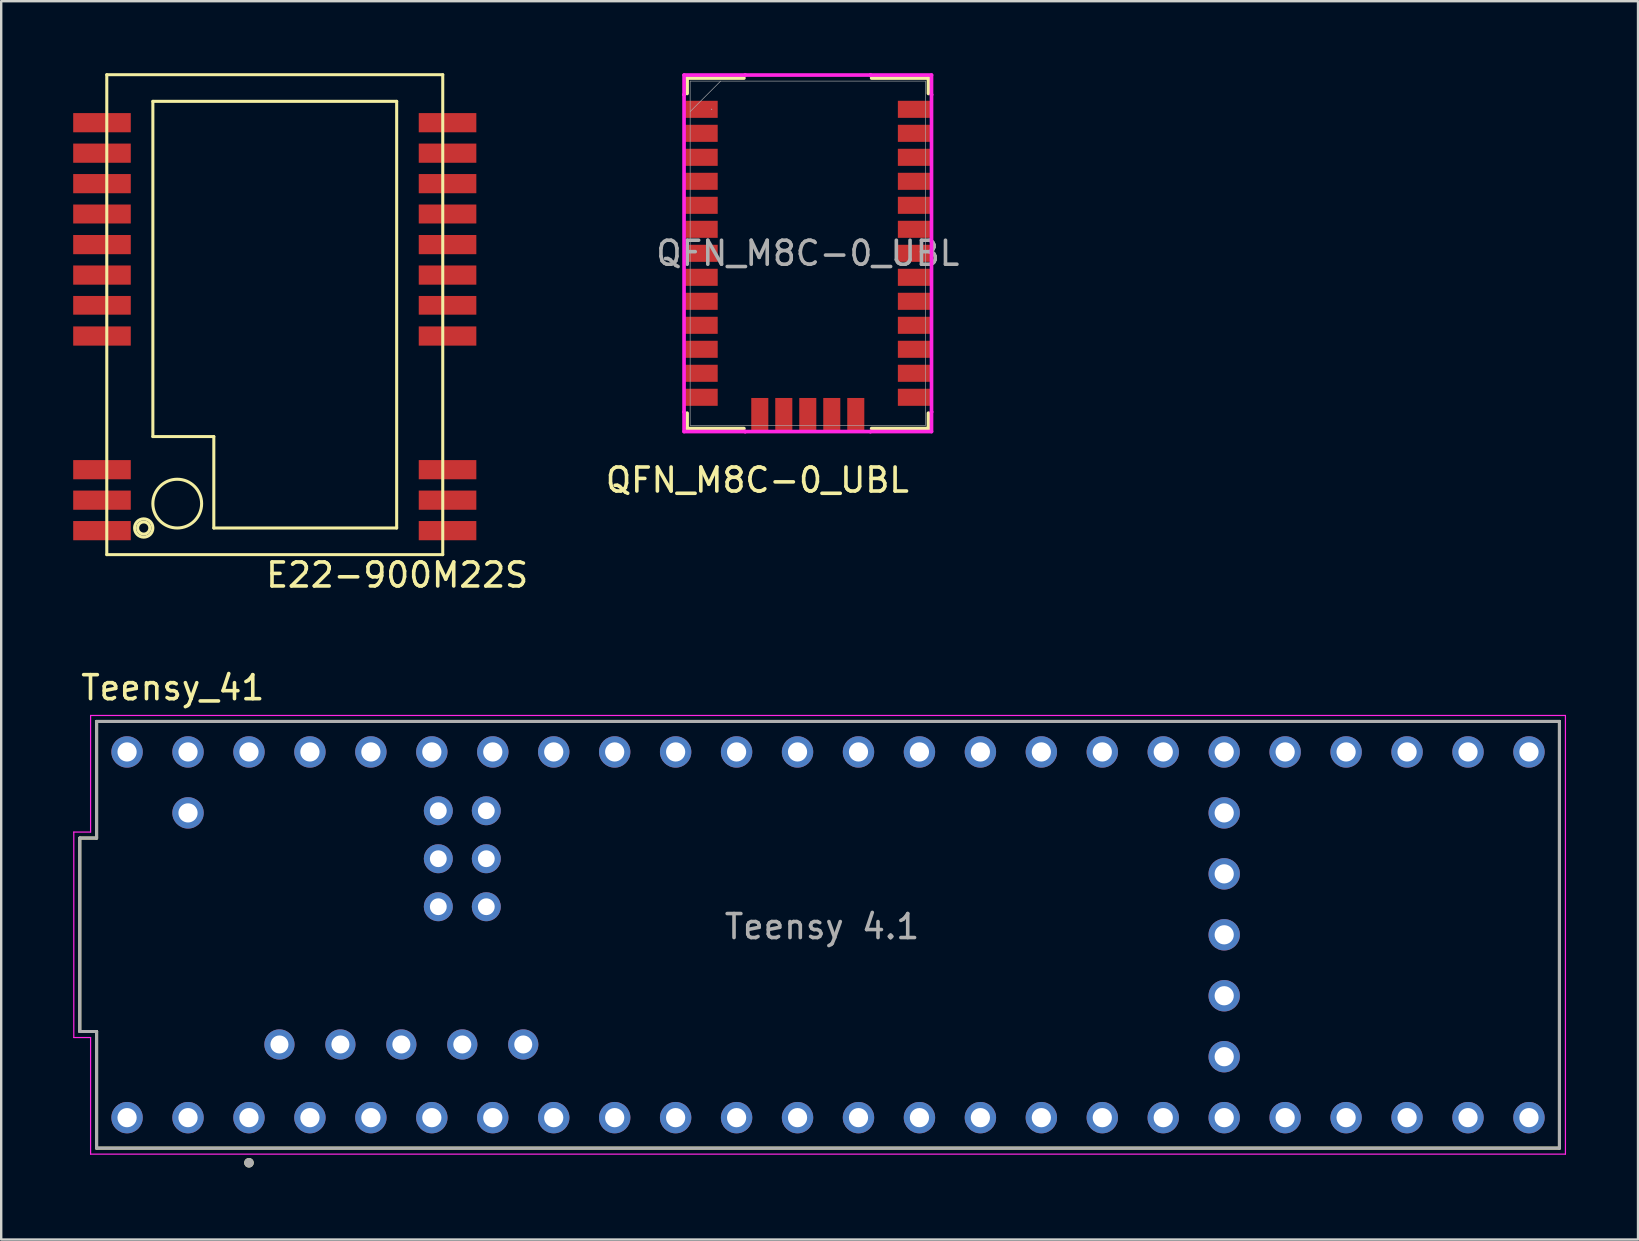
<source format=kicad_pcb>
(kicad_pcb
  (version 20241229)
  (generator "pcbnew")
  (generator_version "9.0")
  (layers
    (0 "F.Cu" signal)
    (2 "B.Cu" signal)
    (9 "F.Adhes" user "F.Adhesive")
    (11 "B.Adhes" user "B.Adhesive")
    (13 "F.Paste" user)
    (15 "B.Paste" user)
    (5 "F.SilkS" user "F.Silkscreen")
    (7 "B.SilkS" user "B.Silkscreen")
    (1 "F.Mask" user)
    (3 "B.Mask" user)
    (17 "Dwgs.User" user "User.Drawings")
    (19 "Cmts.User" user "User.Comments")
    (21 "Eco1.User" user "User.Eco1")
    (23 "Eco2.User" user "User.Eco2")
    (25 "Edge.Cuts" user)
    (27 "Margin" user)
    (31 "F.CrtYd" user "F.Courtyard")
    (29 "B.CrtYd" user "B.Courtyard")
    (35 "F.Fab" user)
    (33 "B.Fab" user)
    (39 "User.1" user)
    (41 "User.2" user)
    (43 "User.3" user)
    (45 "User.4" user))
  (footprint "E22-900M22S"
    (layer "F.Cu")
    (at 8.4 10.063)
    (property "Reference" "E22-900M22S" (at 5.1 10.85 180) (layer "F.SilkS") (effects (font (size 1 1) (thickness 0.15))))
    (attr smd)
    (fp_line (start -7 -10) (end 7 -10) (stroke (width 0.127) (type solid)) (layer "F.SilkS"))
    (fp_line (start -7 10) (end -7 -10) (stroke (width 0.127) (type solid)) (layer "F.SilkS"))
    (fp_line (start -5.08 -8.89) (end 5.08 -8.89) (stroke (width 0.127) (type solid)) (layer "F.SilkS"))
    (fp_line (start -5.08 5.08) (end -5.08 -8.89) (stroke (width 0.127) (type solid)) (layer "F.SilkS"))
    (fp_line (start -2.54 5.08) (end -5.08 5.08) (stroke (width 0.127) (type solid)) (layer "F.SilkS"))
    (fp_line (start -2.54 8.89) (end -2.54 5.08) (stroke (width 0.127) (type solid)) (layer "F.SilkS"))
    (fp_line (start 5.08 -8.89) (end 5.08 8.89) (stroke (width 0.127) (type solid)) (layer "F.SilkS"))
    (fp_line (start 5.08 8.89) (end -2.54 8.89) (stroke (width 0.127) (type solid)) (layer "F.SilkS"))
    (fp_line (start 7 -10) (end 7 10) (stroke (width 0.127) (type solid)) (layer "F.SilkS"))
    (fp_line (start 7 10) (end -7 10) (stroke (width 0.127) (type solid)) (layer "F.SilkS"))
    (fp_circle (center -5.461 8.89) (end -5.207 8.89) (stroke (width 0.127) (type solid)) (fill no) (layer "F.SilkS"))
    (fp_circle (center -5.461 8.89) (end -5.08 8.89) (stroke (width 0.127) (type solid)) (fill no) (layer "F.SilkS"))
    (fp_circle (center -4.064 7.874) (end -3.048 7.874) (stroke (width 0.127) (type solid)) (fill no) (layer "F.SilkS"))
    (pad "1" smd rect (at 7.2 9) (size 2.4 0.8) (layers "F.Cu" "F.Mask" "F.Paste"))
    (pad "2" smd rect (at 7.2 7.73) (size 2.4 0.8) (layers "F.Cu" "F.Mask" "F.Paste"))
    (pad "3" smd rect (at 7.2 6.46) (size 2.4 0.8) (layers "F.Cu" "F.Mask" "F.Paste"))
    (pad "4" smd rect (at 7.2 0.89) (size 2.4 0.8) (layers "F.Cu" "F.Mask" "F.Paste"))
    (pad "5" smd rect (at 7.2 -0.39) (size 2.4 0.78) (layers "F.Cu" "F.Mask" "F.Paste"))
    (pad "6" smd rect (at 7.2 -1.65) (size 2.4 0.8) (layers "F.Cu" "F.Mask" "F.Paste"))
    (pad "7" smd rect (at 7.2 -2.92) (size 2.4 0.8) (layers "F.Cu" "F.Mask" "F.Paste"))
    (pad "8" smd rect (at 7.2 -4.195) (size 2.4 0.79) (layers "F.Cu" "F.Mask" "F.Paste"))
    (pad "9" smd rect (at 7.2 -5.46) (size 2.4 0.8) (layers "F.Cu" "F.Mask" "F.Paste"))
    (pad "10" smd rect (at 7.2 -6.73) (size 2.4 0.8) (layers "F.Cu" "F.Mask" "F.Paste"))
    (pad "11" smd rect (at 7.2 -8) (size 2.4 0.8) (layers "F.Cu" "F.Mask" "F.Paste"))
    (pad "12" smd rect (at -7.2 -8) (size 2.4 0.8) (layers "F.Cu" "F.Mask" "F.Paste"))
    (pad "13" smd rect (at -7.2 -6.73) (size 2.4 0.8) (layers "F.Cu" "F.Mask" "F.Paste"))
    (pad "14" smd rect (at -7.2 -5.46) (size 2.4 0.8) (layers "F.Cu" "F.Mask" "F.Paste"))
    (pad "15" smd rect (at -7.2 -4.195) (size 2.4 0.79) (layers "F.Cu" "F.Mask" "F.Paste"))
    (pad "16" smd rect (at -7.2 -2.92) (size 2.4 0.8) (layers "F.Cu" "F.Mask" "F.Paste"))
    (pad "17" smd rect (at -7.2 -1.65) (size 2.4 0.8) (layers "F.Cu" "F.Mask" "F.Paste"))
    (pad "18" smd rect (at -7.2 -0.39) (size 2.4 0.78) (layers "F.Cu" "F.Mask" "F.Paste"))
    (pad "19" smd rect (at -7.2 0.89) (size 2.4 0.8) (layers "F.Cu" "F.Mask" "F.Paste"))
    (pad "20" smd rect (at -7.2 6.46) (size 2.4 0.8) (layers "F.Cu" "F.Mask" "F.Paste"))
    (pad "21" smd rect (at -7.2 7.73) (size 2.4 0.8) (layers "F.Cu" "F.Mask" "F.Paste"))
    (pad "22" smd rect (at -7.2 9) (size 2.4 0.8) (layers "F.Cu" "F.Mask" "F.Paste")))
  (footprint "Teensy_41"
    (layer "F.Cu")
    (at 31.455 35.905)
    (property "Reference" "Teensy_41" (at -27.305 -10.295 0) (layer "F.SilkS") (effects (font (size 1 1) (thickness 0.15))))
    (attr through_hole)
    (fp_line (start -31.18 4.03) (end -31.18 -4.03) (stroke (width 0.127) (type solid)) (layer "F.SilkS"))
    (fp_line (start -30.48 -8.89) (end -30.48 -4.03) (stroke (width 0.127) (type solid)) (layer "F.SilkS"))
    (fp_line (start -30.48 -8.89) (end 30.48 -8.89) (stroke (width 0.127) (type solid)) (layer "F.SilkS"))
    (fp_line (start -30.48 -4.03) (end -31.18 -4.03) (stroke (width 0.127) (type solid)) (layer "F.SilkS"))
    (fp_line (start -30.48 4.03) (end -31.18 4.03) (stroke (width 0.127) (type solid)) (layer "F.SilkS"))
    (fp_line (start -30.48 8.89) (end -30.48 4.03) (stroke (width 0.127) (type solid)) (layer "F.SilkS"))
    (fp_line (start 30.48 -8.89) (end 30.48 8.89) (stroke (width 0.127) (type solid)) (layer "F.SilkS"))
    (fp_line (start 30.48 8.89) (end -30.48 8.89) (stroke (width 0.127) (type solid)) (layer "F.SilkS"))
    (fp_circle (center -24.13 9.5) (end -24.03 9.5) (stroke (width 0.2) (type solid)) (fill no) (layer "F.SilkS"))
    (fp_line (start -31.43 4.28) (end -31.43 -4.28) (stroke (width 0.05) (type solid)) (layer "F.CrtYd"))
    (fp_line (start -30.73 -9.14) (end -30.73 -4.28) (stroke (width 0.05) (type solid)) (layer "F.CrtYd"))
    (fp_line (start -30.73 -9.14) (end 30.73 -9.14) (stroke (width 0.05) (type solid)) (layer "F.CrtYd"))
    (fp_line (start -30.73 -4.28) (end -31.43 -4.28) (stroke (width 0.05) (type solid)) (layer "F.CrtYd"))
    (fp_line (start -30.73 4.28) (end -31.43 4.28) (stroke (width 0.05) (type solid)) (layer "F.CrtYd"))
    (fp_line (start -30.73 9.14) (end -30.73 4.28) (stroke (width 0.05) (type solid)) (layer "F.CrtYd"))
    (fp_line (start 30.73 -9.14) (end 30.73 9.14) (stroke (width 0.05) (type solid)) (layer "F.CrtYd"))
    (fp_line (start 30.73 9.14) (end -30.73 9.14) (stroke (width 0.05) (type solid)) (layer "F.CrtYd"))
    (fp_line (start -31.18 4.03) (end -31.18 -4.03) (stroke (width 0.127) (type solid)) (layer "F.Fab"))
    (fp_line (start -30.48 -8.89) (end -30.48 -4.03) (stroke (width 0.127) (type solid)) (layer "F.Fab"))
    (fp_line (start -30.48 -8.89) (end 30.48 -8.89) (stroke (width 0.127) (type solid)) (layer "F.Fab"))
    (fp_line (start -30.48 -4.03) (end -31.18 -4.03) (stroke (width 0.127) (type solid)) (layer "F.Fab"))
    (fp_line (start -30.48 4.03) (end -31.18 4.03) (stroke (width 0.127) (type solid)) (layer "F.Fab"))
    (fp_line (start -30.48 8.89) (end -30.48 4.03) (stroke (width 0.127) (type solid)) (layer "F.Fab"))
    (fp_line (start 30.48 -8.89) (end 30.48 8.89) (stroke (width 0.127) (type solid)) (layer "F.Fab"))
    (fp_line (start 30.48 8.89) (end -30.48 8.89) (stroke (width 0.127) (type solid)) (layer "F.Fab"))
    (fp_circle (center -24.13 9.5) (end -24.03 9.5) (stroke (width 0.2) (type solid)) (fill no) (layer "F.Fab"))
    (fp_text user "Teensy 4.1" (at -0.25 -0.34 0) (layer "F.Fab") (effects (font (size 1 1) (thickness 0.15))))
    (pad "0" thru_hole circle (at -26.67 7.62) (size 1.308 1.308) (drill 0.8) (layers "*.Cu" "*.Mask"))
    (pad "1" thru_hole circle (at -24.13 7.62) (size 1.308 1.308) (drill 0.8) (layers "*.Cu" "*.Mask"))
    (pad "2" thru_hole circle (at -21.59 7.62) (size 1.308 1.308) (drill 0.8) (layers "*.Cu" "*.Mask"))
    (pad "3" thru_hole circle (at -19.05 7.62) (size 1.308 1.308) (drill 0.8) (layers "*.Cu" "*.Mask"))
    (pad "3.3V_1" thru_hole circle (at 6.35 7.62) (size 1.308 1.308) (drill 0.8) (layers "*.Cu" "*.Mask"))
    (pad "3.3V_2" thru_hole circle (at -24.13 -7.62) (size 1.308 1.308) (drill 0.8) (layers "*.Cu" "*.Mask"))
    (pad "3.3V_3" thru_hole circle (at 16.51 2.54) (size 1.308 1.308) (drill 0.8) (layers "*.Cu" "*.Mask"))
    (pad "4" thru_hole circle (at -16.51 7.62) (size 1.308 1.308) (drill 0.8) (layers "*.Cu" "*.Mask"))
    (pad "5" thru_hole circle (at -13.97 7.62) (size 1.308 1.308) (drill 0.8) (layers "*.Cu" "*.Mask"))
    (pad "5V" thru_hole circle (at -22.86 4.57) (size 1.258 1.258) (drill 0.75) (layers "*.Cu" "*.Mask"))
    (pad "6" thru_hole circle (at -11.43 7.62) (size 1.308 1.308) (drill 0.8) (layers "*.Cu" "*.Mask"))
    (pad "7" thru_hole circle (at -8.89 7.62) (size 1.308 1.308) (drill 0.8) (layers "*.Cu" "*.Mask"))
    (pad "8" thru_hole circle (at -6.35 7.62) (size 1.308 1.308) (drill 0.8) (layers "*.Cu" "*.Mask"))
    (pad "9" thru_hole circle (at -3.81 7.62) (size 1.308 1.308) (drill 0.8) (layers "*.Cu" "*.Mask"))
    (pad "10" thru_hole circle (at -1.27 7.62) (size 1.308 1.308) (drill 0.8) (layers "*.Cu" "*.Mask"))
    (pad "11" thru_hole circle (at 1.27 7.62) (size 1.308 1.308) (drill 0.8) (layers "*.Cu" "*.Mask"))
    (pad "12" thru_hole circle (at 3.81 7.62) (size 1.308 1.308) (drill 0.8) (layers "*.Cu" "*.Mask"))
    (pad "13" thru_hole circle (at 3.81 -7.62) (size 1.308 1.308) (drill 0.8) (layers "*.Cu" "*.Mask"))
    (pad "14" thru_hole circle (at 1.27 -7.62) (size 1.308 1.308) (drill 0.8) (layers "*.Cu" "*.Mask"))
    (pad "15" thru_hole circle (at -1.27 -7.62) (size 1.308 1.308) (drill 0.8) (layers "*.Cu" "*.Mask"))
    (pad "16" thru_hole circle (at -3.81 -7.62) (size 1.308 1.308) (drill 0.8) (layers "*.Cu" "*.Mask"))
    (pad "17" thru_hole circle (at -6.35 -7.62) (size 1.308 1.308) (drill 0.8) (layers "*.Cu" "*.Mask"))
    (pad "18" thru_hole circle (at -8.89 -7.62) (size 1.308 1.308) (drill 0.8) (layers "*.Cu" "*.Mask"))
    (pad "19" thru_hole circle (at -11.43 -7.62) (size 1.308 1.308) (drill 0.8) (layers "*.Cu" "*.Mask"))
    (pad "20" thru_hole circle (at -13.97 -7.62) (size 1.308 1.308) (drill 0.8) (layers "*.Cu" "*.Mask"))
    (pad "21" thru_hole circle (at -16.51 -7.62) (size 1.308 1.308) (drill 0.8) (layers "*.Cu" "*.Mask"))
    (pad "22" thru_hole circle (at -19.05 -7.62) (size 1.308 1.308) (drill 0.8) (layers "*.Cu" "*.Mask"))
    (pad "23" thru_hole circle (at -21.59 -7.62) (size 1.308 1.308) (drill 0.8) (layers "*.Cu" "*.Mask"))
    (pad "24" thru_hole circle (at 8.89 7.62) (size 1.308 1.308) (drill 0.8) (layers "*.Cu" "*.Mask"))
    (pad "25" thru_hole circle (at 11.43 7.62) (size 1.308 1.308) (drill 0.8) (layers "*.Cu" "*.Mask"))
    (pad "26" thru_hole circle (at 13.97 7.62) (size 1.308 1.308) (drill 0.8) (layers "*.Cu" "*.Mask"))
    (pad "27" thru_hole circle (at 16.51 7.62) (size 1.308 1.308) (drill 0.8) (layers "*.Cu" "*.Mask"))
    (pad "28" thru_hole circle (at 19.05 7.62) (size 1.308 1.308) (drill 0.8) (layers "*.Cu" "*.Mask"))
    (pad "29" thru_hole circle (at 21.59 7.62) (size 1.308 1.308) (drill 0.8) (layers "*.Cu" "*.Mask"))
    (pad "30" thru_hole circle (at 24.13 7.62) (size 1.308 1.308) (drill 0.8) (layers "*.Cu" "*.Mask"))
    (pad "31" thru_hole circle (at 26.67 7.62) (size 1.308 1.308) (drill 0.8) (layers "*.Cu" "*.Mask"))
    (pad "32" thru_hole circle (at 29.21 7.62) (size 1.308 1.308) (drill 0.8) (layers "*.Cu" "*.Mask"))
    (pad "33" thru_hole circle (at 29.21 -7.62) (size 1.308 1.308) (drill 0.8) (layers "*.Cu" "*.Mask"))
    (pad "34" thru_hole circle (at 26.67 -7.62) (size 1.308 1.308) (drill 0.8) (layers "*.Cu" "*.Mask"))
    (pad "35" thru_hole circle (at 24.13 -7.62) (size 1.308 1.308) (drill 0.8) (layers "*.Cu" "*.Mask"))
    (pad "36" thru_hole circle (at 21.59 -7.62) (size 1.308 1.308) (drill 0.8) (layers "*.Cu" "*.Mask"))
    (pad "37" thru_hole circle (at 19.05 -7.62) (size 1.308 1.308) (drill 0.8) (layers "*.Cu" "*.Mask"))
    (pad "38" thru_hole circle (at 16.51 -7.62) (size 1.308 1.308) (drill 0.8) (layers "*.Cu" "*.Mask"))
    (pad "39" thru_hole circle (at 13.97 -7.62) (size 1.308 1.308) (drill 0.8) (layers "*.Cu" "*.Mask"))
    (pad "40" thru_hole circle (at 11.43 -7.62) (size 1.308 1.308) (drill 0.8) (layers "*.Cu" "*.Mask"))
    (pad "41" thru_hole circle (at 8.89 -7.62) (size 1.308 1.308) (drill 0.8) (layers "*.Cu" "*.Mask"))
    (pad "D+" thru_hole circle (at -17.78 4.57) (size 1.258 1.258) (drill 0.75) (layers "*.Cu" "*.Mask"))
    (pad "D-" thru_hole circle (at -20.32 4.57) (size 1.258 1.258) (drill 0.75) (layers "*.Cu" "*.Mask"))
    (pad "GND1" thru_hole circle (at -29.21 7.62) (size 1.308 1.308) (drill 0.8) (layers "*.Cu" "*.Mask"))
    (pad "GND2" thru_hole circle (at 6.35 -7.62) (size 1.308 1.308) (drill 0.8) (layers "*.Cu" "*.Mask"))
    (pad "GND3" thru_hole circle (at -26.67 -7.62) (size 1.308 1.308) (drill 0.8) (layers "*.Cu" "*.Mask"))
    (pad "GND4" thru_hole circle (at 16.51 0) (size 1.308 1.308) (drill 0.8) (layers "*.Cu" "*.Mask"))
    (pad "GND5" thru_hole circle (at -14.24 -3.17) (size 1.208 1.208) (drill 0.7) (layers "*.Cu" "*.Mask"))
    (pad "LED" thru_hole circle (at -16.24 -3.17) (size 1.208 1.208) (drill 0.7) (layers "*.Cu" "*.Mask"))
    (pad "ON/OFF" thru_hole circle (at 16.51 -5.08) (size 1.308 1.308) (drill 0.8) (layers "*.Cu" "*.Mask"))
    (pad "PROGRAM" thru_hole circle (at 16.51 -2.54) (size 1.308 1.308) (drill 0.8) (layers "*.Cu" "*.Mask"))
    (pad "R+" thru_hole circle (at -16.24 -5.17) (size 1.208 1.208) (drill 0.7) (layers "*.Cu" "*.Mask"))
    (pad "R-" thru_hole circle (at -14.24 -5.17) (size 1.208 1.208) (drill 0.7) (layers "*.Cu" "*.Mask"))
    (pad "T+" thru_hole circle (at -14.24 -1.17) (size 1.208 1.208) (drill 0.7) (layers "*.Cu" "*.Mask"))
    (pad "T-" thru_hole circle (at -16.24 -1.17) (size 1.208 1.208) (drill 0.7) (layers "*.Cu" "*.Mask"))
    (pad "USB_GND1" thru_hole circle (at -15.24 4.57) (size 1.258 1.258) (drill 0.75) (layers "*.Cu" "*.Mask"))
    (pad "USB_GND2" thru_hole circle (at -12.7 4.57) (size 1.258 1.258) (drill 0.75) (layers "*.Cu" "*.Mask"))
    (pad "VBAT" thru_hole circle (at 16.51 5.08) (size 1.308 1.308) (drill 0.8) (layers "*.Cu" "*.Mask"))
    (pad "VIN" thru_hole circle (at -29.21 -7.62) (size 1.308 1.308) (drill 0.8) (layers "*.Cu" "*.Mask"))
    (pad "VUSB" thru_hole circle (at -26.67 -5.08) (size 1.308 1.308) (drill 0.8) (layers "*.Cu" "*.Mask")))
  (footprint "QFN_M8C-0_UBL"
    (layer "F.Cu")
    (at 30.612 7.506)
    (property "Reference" "QFN_M8C-0_UBL" (at -2.1 9.45 0) (unlocked yes) (layer "F.SilkS") (effects (font (size 1 1) (thickness 0.15))))
    (attr smd)
    (fp_line (start -5.029 -7.303) (end -5.029 -6.661) (stroke (width 0.152) (type solid)) (layer "F.SilkS"))
    (fp_line (start -5.029 6.661) (end -5.029 7.303) (stroke (width 0.152) (type solid)) (layer "F.SilkS"))
    (fp_line (start -5.029 7.303) (end -2.661 7.303) (stroke (width 0.152) (type solid)) (layer "F.SilkS"))
    (fp_line (start -2.661 -7.303) (end -5.029 -7.303) (stroke (width 0.152) (type solid)) (layer "F.SilkS"))
    (fp_line (start 2.661 7.303) (end 5.029 7.303) (stroke (width 0.152) (type solid)) (layer "F.SilkS"))
    (fp_line (start 5.029 -7.303) (end 2.661 -7.303) (stroke (width 0.152) (type solid)) (layer "F.SilkS"))
    (fp_line (start 5.029 -6.661) (end 5.029 -7.303) (stroke (width 0.152) (type solid)) (layer "F.SilkS"))
    (fp_line (start 5.029 7.303) (end 5.029 6.661) (stroke (width 0.152) (type solid)) (layer "F.SilkS"))
    (fp_line (start -5.156 -7.429) (end -2.61 -7.429) (stroke (width 0.152) (type solid)) (layer "F.CrtYd"))
    (fp_line (start -5.156 -6.61) (end -5.156 -7.429) (stroke (width 0.152) (type solid)) (layer "F.CrtYd"))
    (fp_line (start -5.156 -6.61) (end -5.156 -6.61) (stroke (width 0.152) (type solid)) (layer "F.CrtYd"))
    (fp_line (start -5.156 6.61) (end -5.156 -6.61) (stroke (width 0.152) (type solid)) (layer "F.CrtYd"))
    (fp_line (start -5.156 6.61) (end -5.156 6.61) (stroke (width 0.152) (type solid)) (layer "F.CrtYd"))
    (fp_line (start -5.156 7.429) (end -5.156 6.61) (stroke (width 0.152) (type solid)) (layer "F.CrtYd"))
    (fp_line (start -2.61 -7.429) (end -2.61 -7.429) (stroke (width 0.152) (type solid)) (layer "F.CrtYd"))
    (fp_line (start -2.61 -7.429) (end 2.61 -7.429) (stroke (width 0.152) (type solid)) (layer "F.CrtYd"))
    (fp_line (start -2.61 7.429) (end -5.156 7.429) (stroke (width 0.152) (type solid)) (layer "F.CrtYd"))
    (fp_line (start -2.61 7.429) (end -2.61 7.429) (stroke (width 0.152) (type solid)) (layer "F.CrtYd"))
    (fp_line (start 2.61 -7.429) (end 2.61 -7.429) (stroke (width 0.152) (type solid)) (layer "F.CrtYd"))
    (fp_line (start 2.61 -7.429) (end 5.156 -7.429) (stroke (width 0.152) (type solid)) (layer "F.CrtYd"))
    (fp_line (start 2.61 7.429) (end -2.61 7.429) (stroke (width 0.152) (type solid)) (layer "F.CrtYd"))
    (fp_line (start 2.61 7.429) (end 2.61 7.429) (stroke (width 0.152) (type solid)) (layer "F.CrtYd"))
    (fp_line (start 5.156 -7.429) (end 5.156 -6.61) (stroke (width 0.152) (type solid)) (layer "F.CrtYd"))
    (fp_line (start 5.156 -6.61) (end 5.156 -6.61) (stroke (width 0.152) (type solid)) (layer "F.CrtYd"))
    (fp_line (start 5.156 -6.61) (end 5.156 6.61) (stroke (width 0.152) (type solid)) (layer "F.CrtYd"))
    (fp_line (start 5.156 6.61) (end 5.156 6.61) (stroke (width 0.152) (type solid)) (layer "F.CrtYd"))
    (fp_line (start 5.156 6.61) (end 5.156 7.429) (stroke (width 0.152) (type solid)) (layer "F.CrtYd"))
    (fp_line (start 5.156 7.429) (end 2.61 7.429) (stroke (width 0.152) (type solid)) (layer "F.CrtYd"))
    (fp_line (start -4.902 -7.176) (end -4.902 7.176) (stroke (width 0.025) (type solid)) (layer "F.Fab"))
    (fp_line (start -4.902 -5.905) (end -3.632 -7.176) (stroke (width 0.025) (type solid)) (layer "F.Fab"))
    (fp_line (start -4.902 7.176) (end 4.902 7.176) (stroke (width 0.025) (type solid)) (layer "F.Fab"))
    (fp_line (start 4.902 -7.176) (end -4.902 -7.176) (stroke (width 0.025) (type solid)) (layer "F.Fab"))
    (fp_line (start 4.902 7.176) (end 4.902 -7.176) (stroke (width 0.025) (type solid)) (layer "F.Fab"))
    (fp_circle (center -4.008 -6) (end -4.008 -6) (stroke (width 0.025) (type solid)) (fill no) (layer "F.Fab"))
    (fp_text user "${REFERENCE}" (at 0 0 0) (unlocked yes) (layer "F.Fab") (effects (font (size 1 1) (thickness 0.15))))
    (pad "1" smd rect (at 4.477 6) (size 1.446 0.711) (layers "F.Cu" "F.Mask" "F.Paste"))
    (pad "2" smd rect (at 4.477 5) (size 1.446 0.711) (layers "F.Cu" "F.Mask" "F.Paste"))
    (pad "3" smd rect (at 4.477 4) (size 1.446 0.711) (layers "F.Cu" "F.Mask" "F.Paste"))
    (pad "4" smd rect (at 4.477 3) (size 1.446 0.711) (layers "F.Cu" "F.Mask" "F.Paste"))
    (pad "5" smd rect (at 4.477 2) (size 1.446 0.711) (layers "F.Cu" "F.Mask" "F.Paste"))
    (pad "6" smd rect (at 4.477 1) (size 1.446 0.711) (layers "F.Cu" "F.Mask" "F.Paste"))
    (pad "7" smd rect (at 4.477 0) (size 1.446 0.711) (layers "F.Cu" "F.Mask" "F.Paste"))
    (pad "8" smd rect (at 4.477 -1) (size 1.446 0.711) (layers "F.Cu" "F.Mask" "F.Paste"))
    (pad "9" smd rect (at 4.477 -2) (size 1.446 0.711) (layers "F.Cu" "F.Mask" "F.Paste"))
    (pad "10" smd rect (at 4.477 -3) (size 1.446 0.711) (layers "F.Cu" "F.Mask" "F.Paste"))
    (pad "11" smd rect (at 4.477 -4) (size 1.446 0.711) (layers "F.Cu" "F.Mask" "F.Paste"))
    (pad "12" smd rect (at 4.477 -5) (size 1.446 0.711) (layers "F.Cu" "F.Mask" "F.Paste"))
    (pad "13" smd rect (at 4.477 -6) (size 1.446 0.711) (layers "F.Cu" "F.Mask" "F.Paste"))
    (pad "14" smd rect (at -4.477 -6) (size 1.446 0.711) (layers "F.Cu" "F.Mask" "F.Paste"))
    (pad "15" smd rect (at -4.477 -5) (size 1.446 0.711) (layers "F.Cu" "F.Mask" "F.Paste"))
    (pad "16" smd rect (at -4.477 -4) (size 1.446 0.711) (layers "F.Cu" "F.Mask" "F.Paste"))
    (pad "17" smd rect (at -4.477 -3) (size 1.446 0.711) (layers "F.Cu" "F.Mask" "F.Paste"))
    (pad "18" smd rect (at -4.477 -2) (size 1.446 0.711) (layers "F.Cu" "F.Mask" "F.Paste"))
    (pad "19" smd rect (at -4.477 -1) (size 1.446 0.711) (layers "F.Cu" "F.Mask" "F.Paste"))
    (pad "20" smd rect (at -4.477 0) (size 1.446 0.711) (layers "F.Cu" "F.Mask" "F.Paste"))
    (pad "21" smd rect (at -4.477 1) (size 1.446 0.711) (layers "F.Cu" "F.Mask" "F.Paste"))
    (pad "22" smd rect (at -4.477 2) (size 1.446 0.711) (layers "F.Cu" "F.Mask" "F.Paste"))
    (pad "23" smd rect (at -4.477 3) (size 1.446 0.711) (layers "F.Cu" "F.Mask" "F.Paste"))
    (pad "24" smd rect (at -4.477 4) (size 1.446 0.711) (layers "F.Cu" "F.Mask" "F.Paste"))
    (pad "25" smd rect (at -4.477 5) (size 1.446 0.711) (layers "F.Cu" "F.Mask" "F.Paste"))
    (pad "26" smd rect (at -4.477 6) (size 1.446 0.711) (layers "F.Cu" "F.Mask" "F.Paste"))
    (pad "27" smd rect (at -2 6.714 90) (size 1.371 0.711) (layers "F.Cu" "F.Mask" "F.Paste"))
    (pad "28" smd rect (at -1 6.714 90) (size 1.371 0.711) (layers "F.Cu" "F.Mask" "F.Paste"))
    (pad "29" smd rect (at 0 6.714 90) (size 1.371 0.711) (layers "F.Cu" "F.Mask" "F.Paste"))
    (pad "30" smd rect (at 1 6.714 90) (size 1.371 0.711) (layers "F.Cu" "F.Mask" "F.Paste"))
    (pad "31" smd rect (at 2 6.714 90) (size 1.371 0.711) (layers "F.Cu" "F.Mask" "F.Paste")))
  (gr_rect
    (start -3 -3)
    (end 65.21 48.605)
    (stroke (width 0.1) (type default))
    (fill no)
    (layer "Edge.Cuts")))
</source>
